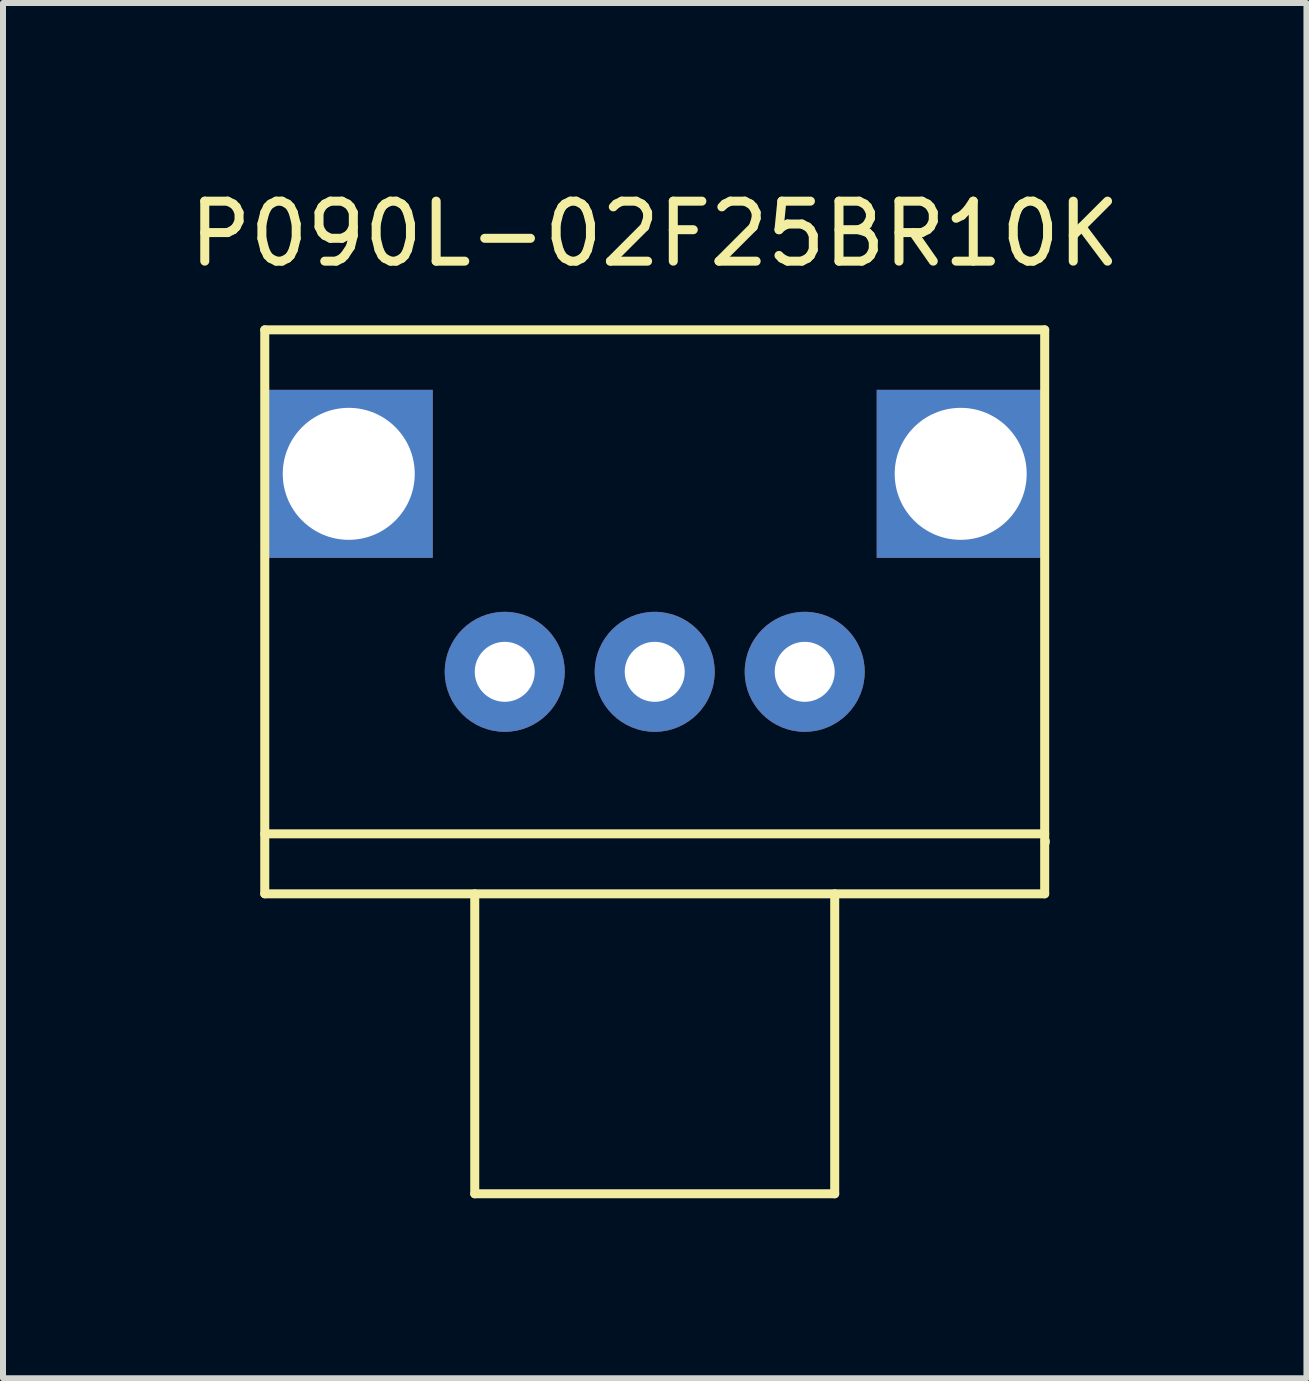
<source format=kicad_pcb>
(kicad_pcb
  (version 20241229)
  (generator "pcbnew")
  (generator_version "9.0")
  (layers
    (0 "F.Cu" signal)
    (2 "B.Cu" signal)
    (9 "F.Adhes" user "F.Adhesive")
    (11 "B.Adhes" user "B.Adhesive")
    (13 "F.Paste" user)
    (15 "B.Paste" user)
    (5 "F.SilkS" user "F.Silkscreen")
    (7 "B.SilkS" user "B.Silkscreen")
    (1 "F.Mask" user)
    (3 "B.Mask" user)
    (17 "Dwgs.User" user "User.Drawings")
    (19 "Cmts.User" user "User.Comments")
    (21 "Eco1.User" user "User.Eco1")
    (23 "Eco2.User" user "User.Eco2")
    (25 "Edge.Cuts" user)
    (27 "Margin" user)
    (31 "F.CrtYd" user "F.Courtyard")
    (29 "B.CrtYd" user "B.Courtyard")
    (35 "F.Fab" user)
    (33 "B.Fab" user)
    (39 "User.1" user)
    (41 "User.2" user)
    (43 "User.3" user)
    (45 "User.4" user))
  (footprint "P090L-02F25BR10K"
    (layer "F.Cu")
    (at 7.863 4.848)
    (property "Reference" "P090L-02F25BR10K" (at 0 -4 0) (layer "F.SilkS") (effects (font (size 1 1) (thickness 0.15))))
    (attr through_hole)
    (fp_line (start -6.5 -2.4) (end -6.5 7) (stroke (width 0.15) (type solid)) (layer "F.SilkS"))
    (fp_line (start -6.5 6) (end 6.5 6) (stroke (width 0.15) (type solid)) (layer "F.SilkS"))
    (fp_line (start -6.5 7) (end 6.5 7) (stroke (width 0.15) (type solid)) (layer "F.SilkS"))
    (fp_line (start -3 7) (end -3 12) (stroke (width 0.15) (type solid)) (layer "F.SilkS"))
    (fp_line (start -3 12) (end 3 12) (stroke (width 0.15) (type solid)) (layer "F.SilkS"))
    (fp_line (start 3 12) (end 3 7) (stroke (width 0.15) (type solid)) (layer "F.SilkS"))
    (fp_line (start 6.5 -2.4) (end -6.5 -2.4) (stroke (width 0.15) (type solid)) (layer "F.SilkS"))
    (fp_line (start 6.5 7) (end 6.5 -2.4) (stroke (width 0.15) (type solid)) (layer "F.SilkS"))
    (fp_line (start 6.51 6.14) (end 6.51 6.12) (stroke (width 0.15) (type solid)) (layer "F.SilkS"))
    (pad "" thru_hole rect (at -5.1 0) (size 2.8 2.8) (drill 2.2) (layers "*.Cu" "*.Mask"))
    (pad "" thru_hole rect (at 5.1 0) (size 2.8 2.8) (drill 2.2) (layers "*.Cu" "*.Mask"))
    (pad "1" thru_hole circle (at -2.5 3.3) (size 2 2) (drill 1) (layers "*.Cu" "*.Mask"))
    (pad "2" thru_hole circle (at 0 3.3) (size 2 2) (drill 1) (layers "*.Cu" "*.Mask"))
    (pad "3" thru_hole circle (at 2.5 3.3) (size 2 2) (drill 1) (layers "*.Cu" "*.Mask")))
  (gr_rect
    (start -3 -3)
    (end 18.726 19.923)
    (stroke (width 0.1) (type default))
    (fill no)
    (layer "Edge.Cuts")))
</source>
